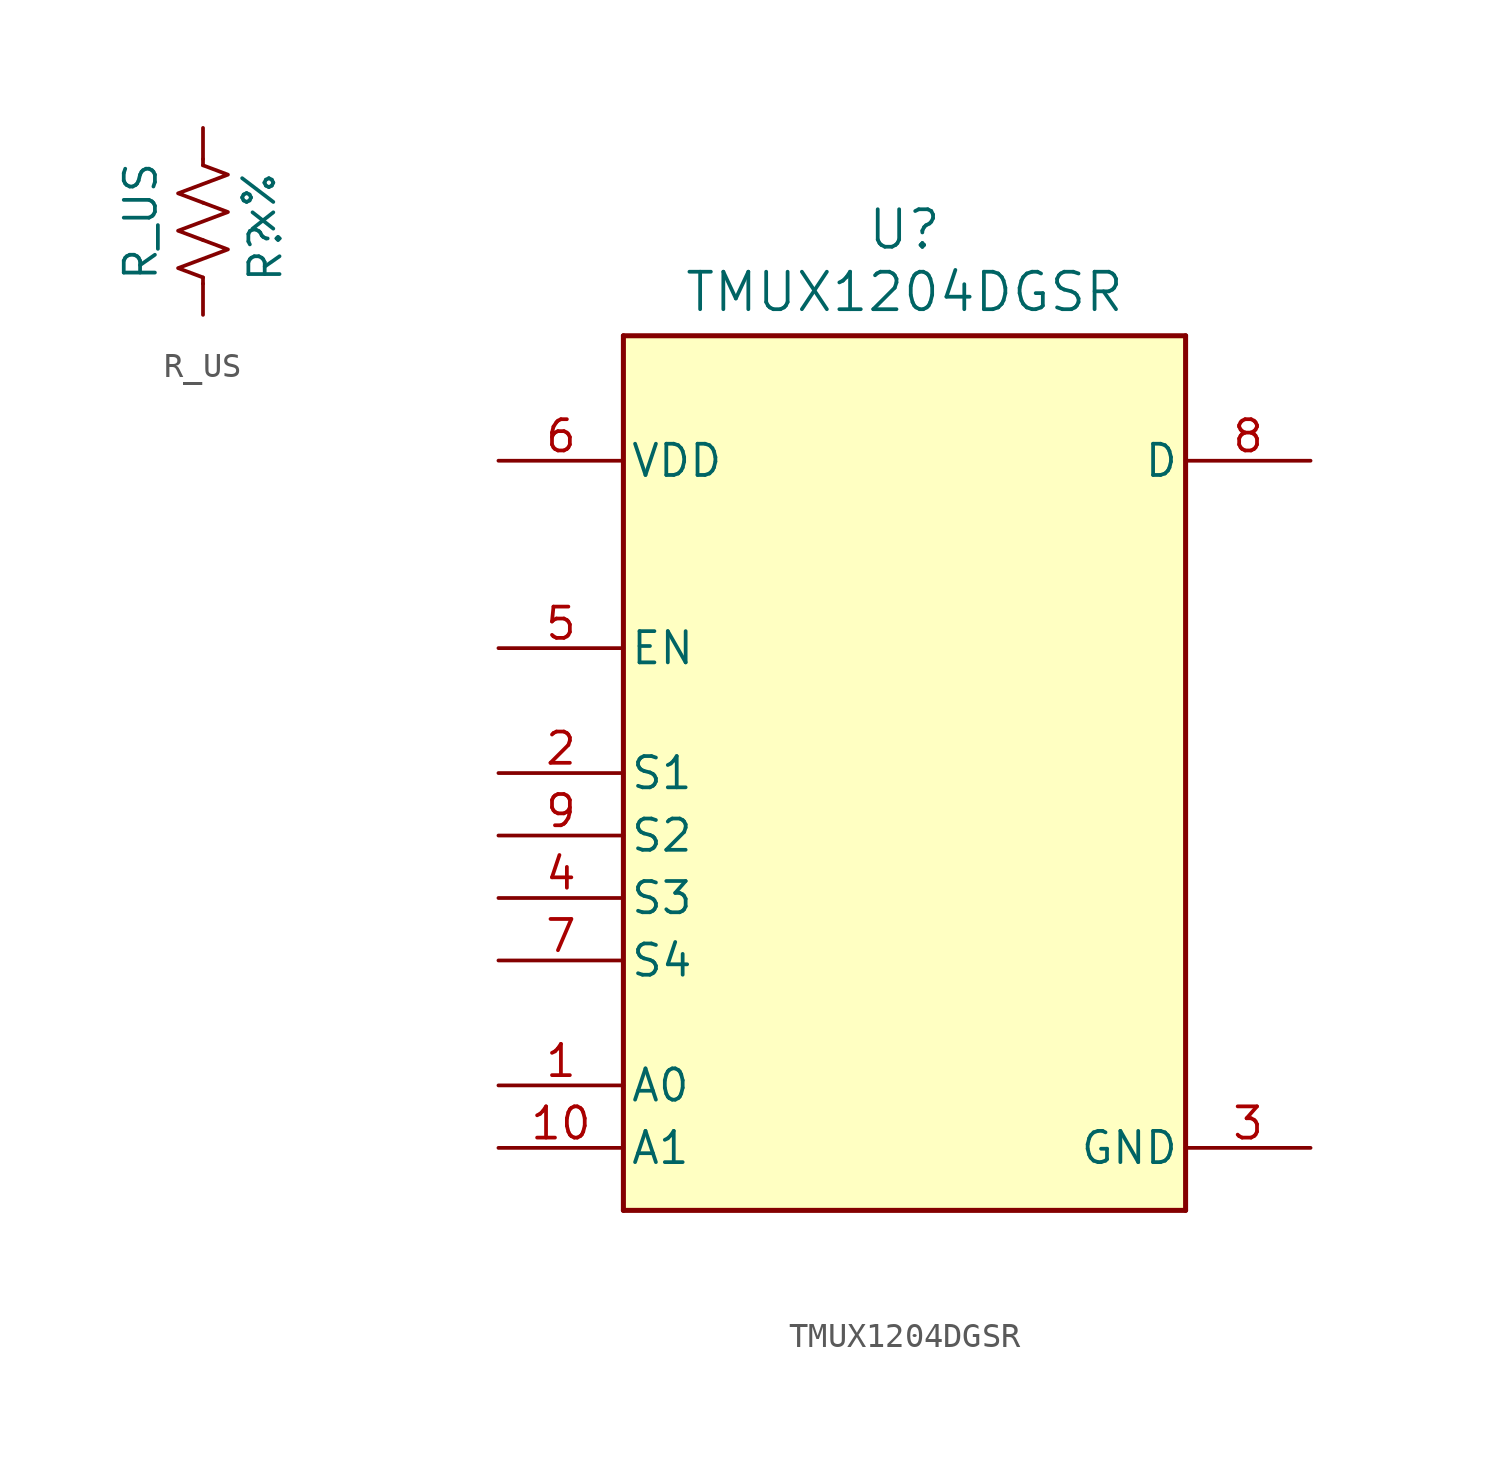
<source format=kicad_sym>
(kicad_symbol_lib
  (version 20241209)
  (generator "kicad_symbol_editor")
  (generator_version "9.0")
  (symbol "R_US"
    (pin_numbers
      (hide yes))
    (pin_names
      (offset 0))
    (property "Reference" "R"
      (at 2.54 -1.27 90)
      (effects (font (size 1.27 1.27))))
    (property "Value" "R_US"
      (at -2.54 0 90)
      (effects (font (size 1.27 1.27))))
    (property "Tolerance" "x%"
      (at 2.286 0.762 90)
      (effects (font (size 1.27 1.27) (color 0 100 100 1))))
    (symbol "R_US_0_1"
      (polyline (pts (xy 0 2.286) (xy 0 2.54)) (stroke (width 0) (type default)) (fill (type none)))
      (polyline (pts (xy 0 2.286) (xy 1.016 1.905) (xy 0 1.524) (xy -1.016 1.143) (xy 0 0.762)) (stroke (width 0) (type default)) (fill (type none)))
      (polyline (pts (xy 0 0.762) (xy 1.016 0.381) (xy 0 0) (xy -1.016 -0.381) (xy 0 -0.762)) (stroke (width 0) (type default)) (fill (type none)))
      (polyline (pts (xy 0 -0.762) (xy 1.016 -1.143) (xy 0 -1.524) (xy -1.016 -1.905) (xy 0 -2.286)) (stroke (width 0) (type default)) (fill (type none)))
      (polyline (pts (xy 0 -2.286) (xy 0 -2.54)) (stroke (width 0) (type default)) (fill (type none))))
    (symbol "R_US_1_1"
      (pin passive line (at 0 3.81 270) (length 1.27) (name "~" (effects (font (size 1.27 1.27)))) (number "1" (effects (font (size 1.27 1.27)))))
      (pin passive line (at 0 -3.81 90) (length 1.27) (name "~" (effects (font (size 1.27 1.27)))) (number "2" (effects (font (size 1.27 1.27)))))))
  (symbol "TMUX1204DGSR"
    (pin_names
      (offset 0.254))
    (property "Reference" "U"
      (at 0 22.098 0)
      (effects (font (size 1.524 1.524))))
    (property "Value" "TMUX1204DGSR"
      (at 0 19.558 0)
      (effects (font (size 1.524 1.524))))
    (property "ki_locked" ""
      (at 0 0 0)
      (effects (font (size 1.27 1.27))))
    (symbol "TMUX1204DGSR_0_1"
      (polyline (pts (xy -11.43 17.78) (xy -11.43 -17.78)) (stroke (width 0.203) (type default)) (fill (type none)))
      (polyline (pts (xy -11.43 -17.78) (xy 11.43 -17.78)) (stroke (width 0.203) (type default)) (fill (type none)))
      (polyline (pts (xy 11.43 17.78) (xy -11.43 17.78)) (stroke (width 0.203) (type default)) (fill (type none)))
      (polyline (pts (xy 11.43 -17.78) (xy 11.43 17.78)) (stroke (width 0.203) (type default)) (fill (type none)))
      (pin power_in line (at -16.51 12.7 0) (length 5.08) (name "VDD" (effects (font (size 1.27 1.27)))) (number "6" (effects (font (size 1.27 1.27)))))
      (pin input line (at -16.51 5.08 0) (length 5.08) (name "EN" (effects (font (size 1.27 1.27)))) (number "5" (effects (font (size 1.27 1.27)))))
      (pin bidirectional line (at -16.51 0 0) (length 5.08) (name "S1" (effects (font (size 1.27 1.27)))) (number "2" (effects (font (size 1.27 1.27)))))
      (pin bidirectional line (at -16.51 -2.54 0) (length 5.08) (name "S2" (effects (font (size 1.27 1.27)))) (number "9" (effects (font (size 1.27 1.27)))))
      (pin bidirectional line (at -16.51 -5.08 0) (length 5.08) (name "S3" (effects (font (size 1.27 1.27)))) (number "4" (effects (font (size 1.27 1.27)))))
      (pin bidirectional line (at -16.51 -7.62 0) (length 5.08) (name "S4" (effects (font (size 1.27 1.27)))) (number "7" (effects (font (size 1.27 1.27)))))
      (pin input line (at -16.51 -12.7 0) (length 5.08) (name "A0" (effects (font (size 1.27 1.27)))) (number "1" (effects (font (size 1.27 1.27)))))
      (pin input line (at -16.51 -15.24 0) (length 5.08) (name "A1" (effects (font (size 1.27 1.27)))) (number "10" (effects (font (size 1.27 1.27)))))
      (pin bidirectional line (at 16.51 12.7 180) (length 5.08) (name "D" (effects (font (size 1.27 1.27)))) (number "8" (effects (font (size 1.27 1.27)))))
      (pin power_in line (at 16.51 -15.24 180) (length 5.08) (name "GND" (effects (font (size 1.27 1.27)))) (number "3" (effects (font (size 1.27 1.27))))))
    (symbol "TMUX1204DGSR_1_1"
      (rectangle (start -11.43 17.78) (end 11.43 -17.78) (stroke (width 0) (type default)) (fill (type background))))))
</source>
